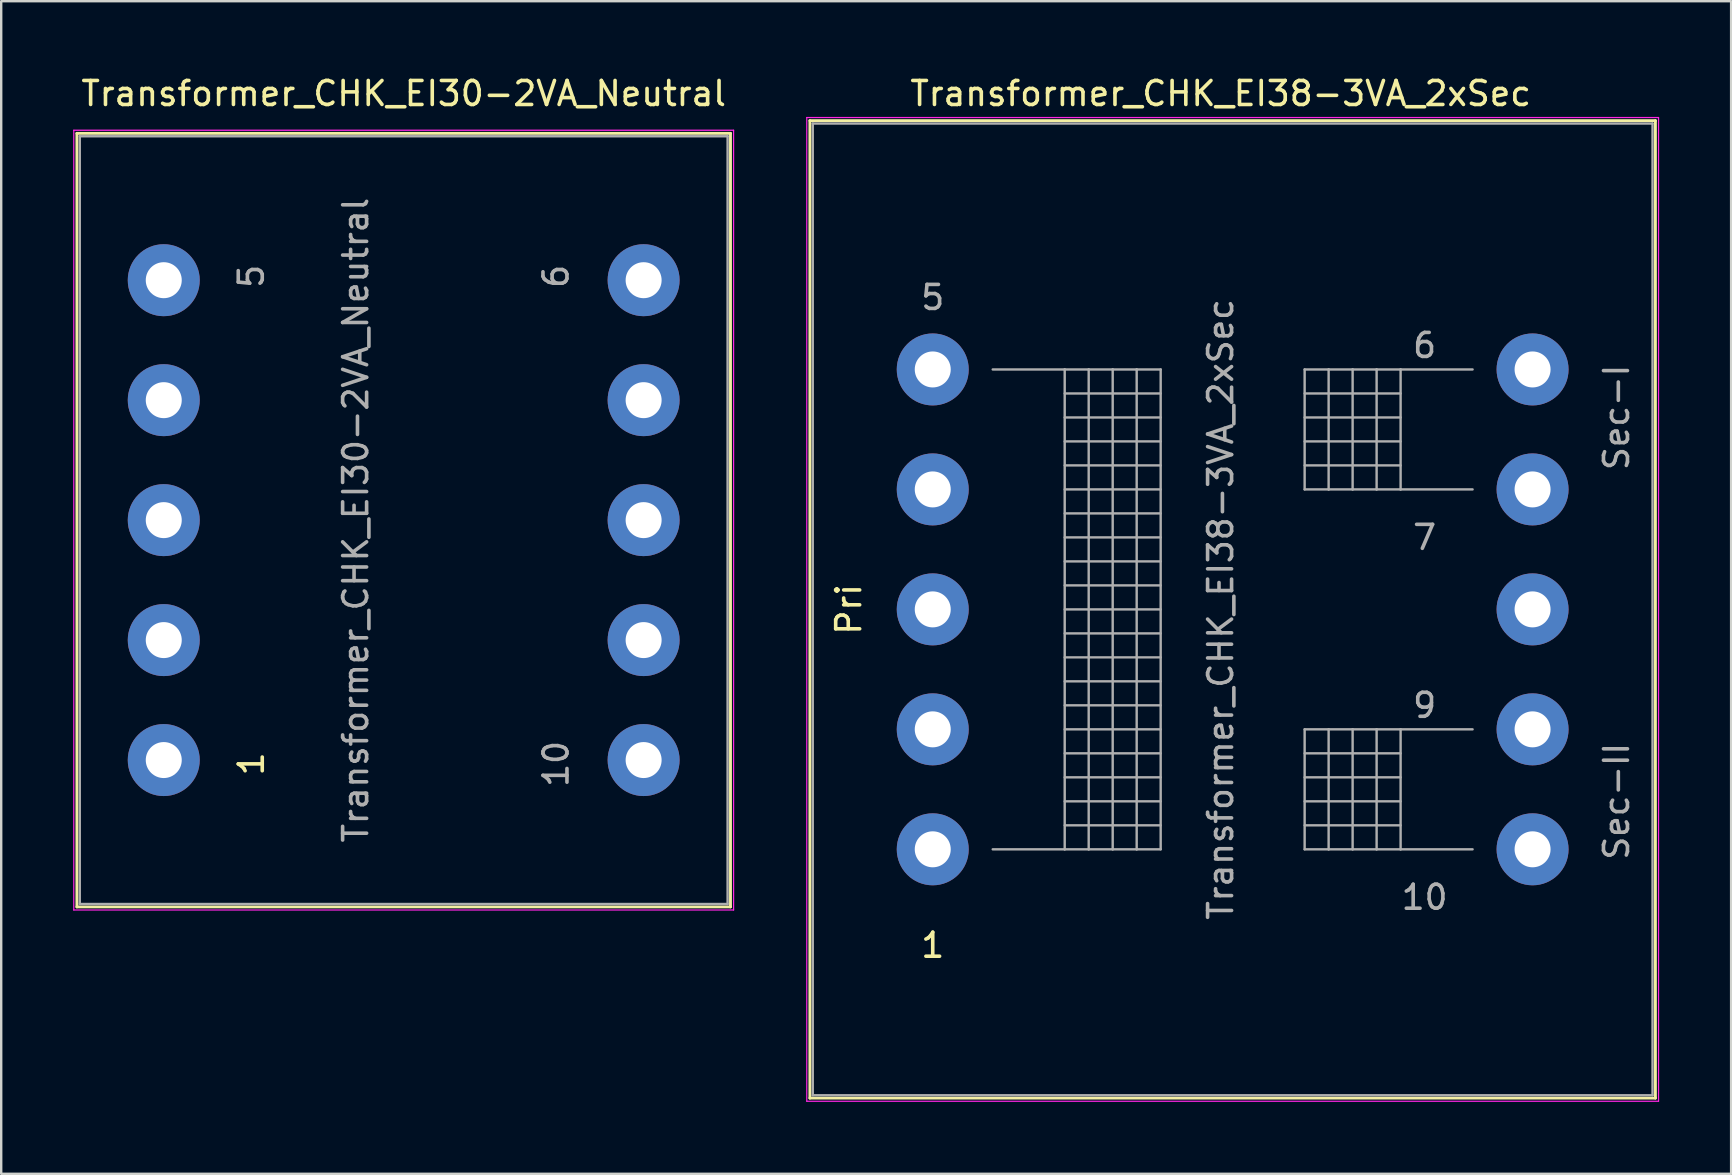
<source format=kicad_pcb>
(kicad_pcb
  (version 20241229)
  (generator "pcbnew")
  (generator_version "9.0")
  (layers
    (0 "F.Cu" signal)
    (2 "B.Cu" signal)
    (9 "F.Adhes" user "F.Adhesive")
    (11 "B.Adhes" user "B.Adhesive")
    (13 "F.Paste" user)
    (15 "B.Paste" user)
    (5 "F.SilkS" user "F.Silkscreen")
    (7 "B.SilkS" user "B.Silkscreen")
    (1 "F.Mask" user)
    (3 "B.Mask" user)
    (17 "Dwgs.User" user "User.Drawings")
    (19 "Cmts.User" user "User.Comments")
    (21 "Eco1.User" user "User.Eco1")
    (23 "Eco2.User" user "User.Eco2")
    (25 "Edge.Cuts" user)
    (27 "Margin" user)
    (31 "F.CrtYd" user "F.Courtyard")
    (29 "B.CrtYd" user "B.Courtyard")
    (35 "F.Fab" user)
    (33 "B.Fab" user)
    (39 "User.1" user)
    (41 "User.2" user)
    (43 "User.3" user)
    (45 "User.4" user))
  (footprint "Transformer_CHK_EI30-2VA_Neutral"
    (layer "F.Cu")
    (at 3.775 28.628)
    (property "Reference" "Transformer_CHK_EI30-2VA_Neutral" (at 10 -27.78 0) (layer "F.SilkS") (effects (font (size 1 1) (thickness 0.15))))
    (attr through_hole)
    (fp_line (start -3.62 -26.12) (end -3.62 6.12) (stroke (width 0.12) (type solid)) (layer "F.SilkS"))
    (fp_line (start -3.62 -26.12) (end 23.62 -26.12) (stroke (width 0.12) (type solid)) (layer "F.SilkS"))
    (fp_line (start 23.62 6.12) (end -3.62 6.12) (stroke (width 0.12) (type solid)) (layer "F.SilkS"))
    (fp_line (start 23.62 6.12) (end 23.62 -26.12) (stroke (width 0.12) (type solid)) (layer "F.SilkS"))
    (fp_line (start -3.75 -26.25) (end -3.75 6.25) (stroke (width 0.05) (type solid)) (layer "F.CrtYd"))
    (fp_line (start -3.75 -26.25) (end 23.75 -26.25) (stroke (width 0.05) (type solid)) (layer "F.CrtYd"))
    (fp_line (start 23.75 6.25) (end -3.75 6.25) (stroke (width 0.05) (type solid)) (layer "F.CrtYd"))
    (fp_line (start 23.75 6.25) (end 23.75 -26.25) (stroke (width 0.05) (type solid)) (layer "F.CrtYd"))
    (fp_line (start -3.5 -26) (end -3.5 6) (stroke (width 0.1) (type solid)) (layer "F.Fab"))
    (fp_line (start -3.5 6) (end 23.5 6) (stroke (width 0.1) (type solid)) (layer "F.Fab"))
    (fp_line (start 23.5 -26) (end -3.5 -26) (stroke (width 0.1) (type solid)) (layer "F.Fab"))
    (fp_line (start 23.5 6) (end 23.5 -26) (stroke (width 0.1) (type solid)) (layer "F.Fab"))
    (fp_text user "1" (at 3.65 0.16 90) (layer "F.SilkS") (effects (font (size 1 1) (thickness 0.15))))
    (fp_text user "6" (at 16.35 -20.16 90) (layer "F.Fab") (effects (font (size 1 1) (thickness 0.15))))
    (fp_text user "5" (at 3.65 -20.16 90) (layer "F.Fab") (effects (font (size 1 1) (thickness 0.15))))
    (fp_text user "10" (at 16.35 0.16 90) (layer "F.Fab") (effects (font (size 1 1) (thickness 0.15))))
    (fp_text user "${REFERENCE}" (at 8 -10 90) (layer "F.Fab") (effects (font (size 1 1) (thickness 0.15))))
    (pad "1" thru_hole circle (at 0 0) (size 3 3) (drill 1.5) (layers "*.Cu" "*.Mask"))
    (pad "2" thru_hole circle (at 0 -5) (size 3 3) (drill 1.5) (layers "*.Cu" "*.Mask"))
    (pad "3" thru_hole circle (at 0 -10) (size 3 3) (drill 1.5) (layers "*.Cu" "*.Mask"))
    (pad "4" thru_hole circle (at 0 -15) (size 3 3) (drill 1.5) (layers "*.Cu" "*.Mask"))
    (pad "5" thru_hole circle (at 0 -20) (size 3 3) (drill 1.5) (layers "*.Cu" "*.Mask"))
    (pad "6" thru_hole circle (at 20 -20) (size 3 3) (drill 1.5) (layers "*.Cu" "*.Mask"))
    (pad "7" thru_hole circle (at 20 -15) (size 3 3) (drill 1.5) (layers "*.Cu" "*.Mask"))
    (pad "8" thru_hole circle (at 20 -10) (size 3 3) (drill 1.5) (layers "*.Cu" "*.Mask"))
    (pad "9" thru_hole circle (at 20 -5) (size 3 3) (drill 1.5) (layers "*.Cu" "*.Mask"))
    (pad "10" thru_hole circle (at 20 0) (size 3 3) (drill 1.5) (layers "*.Cu" "*.Mask")))
  (footprint "Transformer_CHK_EI38-3VA_2xSec"
    (layer "F.Cu")
    (at 35.825 32.348)
    (property "Reference" "Transformer_CHK_EI38-3VA_2xSec" (at 12 -31.5 0) (layer "F.SilkS") (effects (font (size 1 1) (thickness 0.15))))
    (attr through_hole)
    (fp_line (start -5.12 -30.37) (end -5.12 10.37) (stroke (width 0.12) (type solid)) (layer "F.SilkS"))
    (fp_line (start -5.12 -30.37) (end 30.12 -30.37) (stroke (width 0.12) (type solid)) (layer "F.SilkS"))
    (fp_line (start 30.12 10.37) (end -5.12 10.37) (stroke (width 0.12) (type solid)) (layer "F.SilkS"))
    (fp_line (start 30.12 10.37) (end 30.12 -30.37) (stroke (width 0.12) (type solid)) (layer "F.SilkS"))
    (fp_line (start -5.25 -30.5) (end -5.25 10.5) (stroke (width 0.05) (type solid)) (layer "F.CrtYd"))
    (fp_line (start -5.25 -30.5) (end 30.25 -30.5) (stroke (width 0.05) (type solid)) (layer "F.CrtYd"))
    (fp_line (start 30.25 10.5) (end -5.25 10.5) (stroke (width 0.05) (type solid)) (layer "F.CrtYd"))
    (fp_line (start 30.25 10.5) (end 30.25 -30.5) (stroke (width 0.05) (type solid)) (layer "F.CrtYd"))
    (fp_line (start -5 -30.25) (end -5 10.25) (stroke (width 0.1) (type solid)) (layer "F.Fab"))
    (fp_line (start -5 10.25) (end 30 10.25) (stroke (width 0.1) (type solid)) (layer "F.Fab"))
    (fp_line (start 2.5 -20) (end 5.5 -20) (stroke (width 0.1) (type solid)) (layer "F.Fab"))
    (fp_line (start 5.5 -20) (end 5.5 0) (stroke (width 0.1) (type solid)) (layer "F.Fab"))
    (fp_line (start 5.5 -20) (end 6.5 -20) (stroke (width 0.1) (type solid)) (layer "F.Fab"))
    (fp_line (start 5.5 -19) (end 9.5 -19) (stroke (width 0.1) (type solid)) (layer "F.Fab"))
    (fp_line (start 5.5 -18) (end 9.5 -18) (stroke (width 0.1) (type solid)) (layer "F.Fab"))
    (fp_line (start 5.5 -17) (end 9.5 -17) (stroke (width 0.1) (type solid)) (layer "F.Fab"))
    (fp_line (start 5.5 -16) (end 9.5 -16) (stroke (width 0.1) (type solid)) (layer "F.Fab"))
    (fp_line (start 5.5 -15) (end 9.5 -15) (stroke (width 0.1) (type solid)) (layer "F.Fab"))
    (fp_line (start 5.5 -14) (end 9.5 -14) (stroke (width 0.1) (type solid)) (layer "F.Fab"))
    (fp_line (start 5.5 -13) (end 9.5 -13) (stroke (width 0.1) (type solid)) (layer "F.Fab"))
    (fp_line (start 5.5 -12) (end 9.5 -12) (stroke (width 0.1) (type solid)) (layer "F.Fab"))
    (fp_line (start 5.5 -11) (end 9.5 -11) (stroke (width 0.1) (type solid)) (layer "F.Fab"))
    (fp_line (start 5.5 -10) (end 9.5 -10) (stroke (width 0.1) (type solid)) (layer "F.Fab"))
    (fp_line (start 5.5 -9) (end 9.5 -9) (stroke (width 0.1) (type solid)) (layer "F.Fab"))
    (fp_line (start 5.5 -8) (end 9.5 -8) (stroke (width 0.1) (type solid)) (layer "F.Fab"))
    (fp_line (start 5.5 -7) (end 9.5 -7) (stroke (width 0.1) (type solid)) (layer "F.Fab"))
    (fp_line (start 5.5 -6) (end 9.5 -6) (stroke (width 0.1) (type solid)) (layer "F.Fab"))
    (fp_line (start 5.5 -5) (end 9.5 -5) (stroke (width 0.1) (type solid)) (layer "F.Fab"))
    (fp_line (start 5.5 -4) (end 9.5 -4) (stroke (width 0.1) (type solid)) (layer "F.Fab"))
    (fp_line (start 5.5 -3) (end 9.5 -3) (stroke (width 0.1) (type solid)) (layer "F.Fab"))
    (fp_line (start 5.5 -2) (end 9.5 -2) (stroke (width 0.1) (type solid)) (layer "F.Fab"))
    (fp_line (start 5.5 -1) (end 9.5 -1) (stroke (width 0.1) (type solid)) (layer "F.Fab"))
    (fp_line (start 5.5 0) (end 2.5 0) (stroke (width 0.1) (type solid)) (layer "F.Fab"))
    (fp_line (start 6.5 -20) (end 6.5 0) (stroke (width 0.1) (type solid)) (layer "F.Fab"))
    (fp_line (start 6.5 -20) (end 7.5 -20) (stroke (width 0.1) (type solid)) (layer "F.Fab"))
    (fp_line (start 6.5 0) (end 5.5 0) (stroke (width 0.1) (type solid)) (layer "F.Fab"))
    (fp_line (start 7.5 -20) (end 7.5 0) (stroke (width 0.1) (type solid)) (layer "F.Fab"))
    (fp_line (start 7.5 -20) (end 8.5 -20) (stroke (width 0.1) (type solid)) (layer "F.Fab"))
    (fp_line (start 7.5 0) (end 6.5 0) (stroke (width 0.1) (type solid)) (layer "F.Fab"))
    (fp_line (start 8.5 -20) (end 8.5 0) (stroke (width 0.1) (type solid)) (layer "F.Fab"))
    (fp_line (start 8.5 -20) (end 9.5 -20) (stroke (width 0.1) (type solid)) (layer "F.Fab"))
    (fp_line (start 8.5 0) (end 7.5 0) (stroke (width 0.1) (type solid)) (layer "F.Fab"))
    (fp_line (start 9.5 -20) (end 9.5 0) (stroke (width 0.1) (type solid)) (layer "F.Fab"))
    (fp_line (start 9.5 0) (end 8.5 0) (stroke (width 0.1) (type solid)) (layer "F.Fab"))
    (fp_line (start 15.5 -20) (end 15.5 -15) (stroke (width 0.1) (type solid)) (layer "F.Fab"))
    (fp_line (start 15.5 -19) (end 19.5 -19) (stroke (width 0.1) (type solid)) (layer "F.Fab"))
    (fp_line (start 15.5 -17) (end 19.5 -17) (stroke (width 0.1) (type solid)) (layer "F.Fab"))
    (fp_line (start 15.5 -15) (end 16.5 -15) (stroke (width 0.1) (type solid)) (layer "F.Fab"))
    (fp_line (start 15.5 -5) (end 15.5 0) (stroke (width 0.1) (type solid)) (layer "F.Fab"))
    (fp_line (start 15.5 -4) (end 19.5 -4) (stroke (width 0.1) (type solid)) (layer "F.Fab"))
    (fp_line (start 15.5 -3) (end 19.5 -3) (stroke (width 0.1) (type solid)) (layer "F.Fab"))
    (fp_line (start 15.5 -2) (end 19.5 -2) (stroke (width 0.1) (type solid)) (layer "F.Fab"))
    (fp_line (start 15.5 -1) (end 19.5 -1) (stroke (width 0.1) (type solid)) (layer "F.Fab"))
    (fp_line (start 15.5 0) (end 16.5 0) (stroke (width 0.1) (type solid)) (layer "F.Fab"))
    (fp_line (start 16.5 -20) (end 15.5 -20) (stroke (width 0.1) (type solid)) (layer "F.Fab"))
    (fp_line (start 16.5 -20) (end 16.5 -15) (stroke (width 0.1) (type solid)) (layer "F.Fab"))
    (fp_line (start 16.5 -15) (end 17.5 -15) (stroke (width 0.1) (type solid)) (layer "F.Fab"))
    (fp_line (start 16.5 -5) (end 15.5 -5) (stroke (width 0.1) (type solid)) (layer "F.Fab"))
    (fp_line (start 16.5 -5) (end 16.5 0) (stroke (width 0.1) (type solid)) (layer "F.Fab"))
    (fp_line (start 16.5 0) (end 17.5 0) (stroke (width 0.1) (type solid)) (layer "F.Fab"))
    (fp_line (start 17.5 -20) (end 16.5 -20) (stroke (width 0.1) (type solid)) (layer "F.Fab"))
    (fp_line (start 17.5 -20) (end 17.5 -15) (stroke (width 0.1) (type solid)) (layer "F.Fab"))
    (fp_line (start 17.5 -15) (end 18.5 -15) (stroke (width 0.1) (type solid)) (layer "F.Fab"))
    (fp_line (start 17.5 -5) (end 16.5 -5) (stroke (width 0.1) (type solid)) (layer "F.Fab"))
    (fp_line (start 17.5 -5) (end 17.5 0) (stroke (width 0.1) (type solid)) (layer "F.Fab"))
    (fp_line (start 17.5 0) (end 18.5 0) (stroke (width 0.1) (type solid)) (layer "F.Fab"))
    (fp_line (start 18.5 -20) (end 17.5 -20) (stroke (width 0.1) (type solid)) (layer "F.Fab"))
    (fp_line (start 18.5 -20) (end 18.5 -15) (stroke (width 0.1) (type solid)) (layer "F.Fab"))
    (fp_line (start 18.5 -15) (end 19.5 -15) (stroke (width 0.1) (type solid)) (layer "F.Fab"))
    (fp_line (start 18.5 -5) (end 17.5 -5) (stroke (width 0.1) (type solid)) (layer "F.Fab"))
    (fp_line (start 18.5 -5) (end 18.5 0) (stroke (width 0.1) (type solid)) (layer "F.Fab"))
    (fp_line (start 18.5 0) (end 19.5 0) (stroke (width 0.1) (type solid)) (layer "F.Fab"))
    (fp_line (start 19.5 -20) (end 18.5 -20) (stroke (width 0.1) (type solid)) (layer "F.Fab"))
    (fp_line (start 19.5 -20) (end 19.5 -15) (stroke (width 0.1) (type solid)) (layer "F.Fab"))
    (fp_line (start 19.5 -18) (end 15.5 -18) (stroke (width 0.1) (type solid)) (layer "F.Fab"))
    (fp_line (start 19.5 -16) (end 15.5 -16) (stroke (width 0.1) (type solid)) (layer "F.Fab"))
    (fp_line (start 19.5 -15) (end 22.5 -15) (stroke (width 0.1) (type solid)) (layer "F.Fab"))
    (fp_line (start 19.5 -5) (end 18.5 -5) (stroke (width 0.1) (type solid)) (layer "F.Fab"))
    (fp_line (start 19.5 -5) (end 19.5 0) (stroke (width 0.1) (type solid)) (layer "F.Fab"))
    (fp_line (start 19.5 0) (end 22.5 0) (stroke (width 0.1) (type solid)) (layer "F.Fab"))
    (fp_line (start 22.5 -20) (end 19.5 -20) (stroke (width 0.1) (type solid)) (layer "F.Fab"))
    (fp_line (start 22.5 -5) (end 19.5 -5) (stroke (width 0.1) (type solid)) (layer "F.Fab"))
    (fp_line (start 30 -30.25) (end -5 -30.25) (stroke (width 0.1) (type solid)) (layer "F.Fab"))
    (fp_line (start 30 10.25) (end 30 -30.25) (stroke (width 0.1) (type solid)) (layer "F.Fab"))
    (fp_text user "1" (at 0 4 0) (layer "F.SilkS") (effects (font (size 1 1) (thickness 0.15))))
    (fp_text user "Pri" (at -3.5 -10 90) (layer "F.SilkS") (effects (font (size 1 1) (thickness 0.15))))
    (fp_text user "9" (at 20.5 -6 0) (layer "F.Fab") (effects (font (size 1 1) (thickness 0.15))))
    (fp_text user "Sec-II" (at 28.5 -2 90) (layer "F.Fab") (effects (font (size 1 1) (thickness 0.15))))
    (fp_text user "7" (at 20.5 -13 0) (layer "F.Fab") (effects (font (size 1 1) (thickness 0.15))))
    (fp_text user "5" (at 0 -23 0) (layer "F.Fab") (effects (font (size 1 1) (thickness 0.15))))
    (fp_text user "${REFERENCE}" (at 12 -10 90) (layer "F.Fab") (effects (font (size 1 1) (thickness 0.15))))
    (fp_text user "6" (at 20.5 -21 0) (layer "F.Fab") (effects (font (size 1 1) (thickness 0.15))))
    (fp_text user "Sec-I" (at 28.5 -18 90) (layer "F.Fab") (effects (font (size 1 1) (thickness 0.15))))
    (fp_text user "10" (at 20.5 2 0) (layer "F.Fab") (effects (font (size 1 1) (thickness 0.15))))
    (pad "1" thru_hole circle (at 0 0) (size 3 3) (drill 1.5) (layers "*.Cu" "*.Mask"))
    (pad "2" thru_hole circle (at 0 -5) (size 3 3) (drill 1.5) (layers "*.Cu" "*.Mask"))
    (pad "3" thru_hole circle (at 0 -10) (size 3 3) (drill 1.5) (layers "*.Cu" "*.Mask"))
    (pad "4" thru_hole circle (at 0 -15) (size 3 3) (drill 1.5) (layers "*.Cu" "*.Mask"))
    (pad "5" thru_hole circle (at 0 -20) (size 3 3) (drill 1.5) (layers "*.Cu" "*.Mask"))
    (pad "6" thru_hole circle (at 25 -20) (size 3 3) (drill 1.5) (layers "*.Cu" "*.Mask"))
    (pad "7" thru_hole circle (at 25 -15) (size 3 3) (drill 1.5) (layers "*.Cu" "*.Mask"))
    (pad "8" thru_hole circle (at 25 -10) (size 3 3) (drill 1.5) (layers "*.Cu" "*.Mask"))
    (pad "9" thru_hole circle (at 25 -5) (size 3 3) (drill 1.5) (layers "*.Cu" "*.Mask"))
    (pad "10" thru_hole circle (at 25 0) (size 3 3) (drill 1.5) (layers "*.Cu" "*.Mask")))
  (gr_rect
    (start -3 -3)
    (end 69.1 45.873)
    (stroke (width 0.1) (type default))
    (fill no)
    (layer "Edge.Cuts")))
</source>
